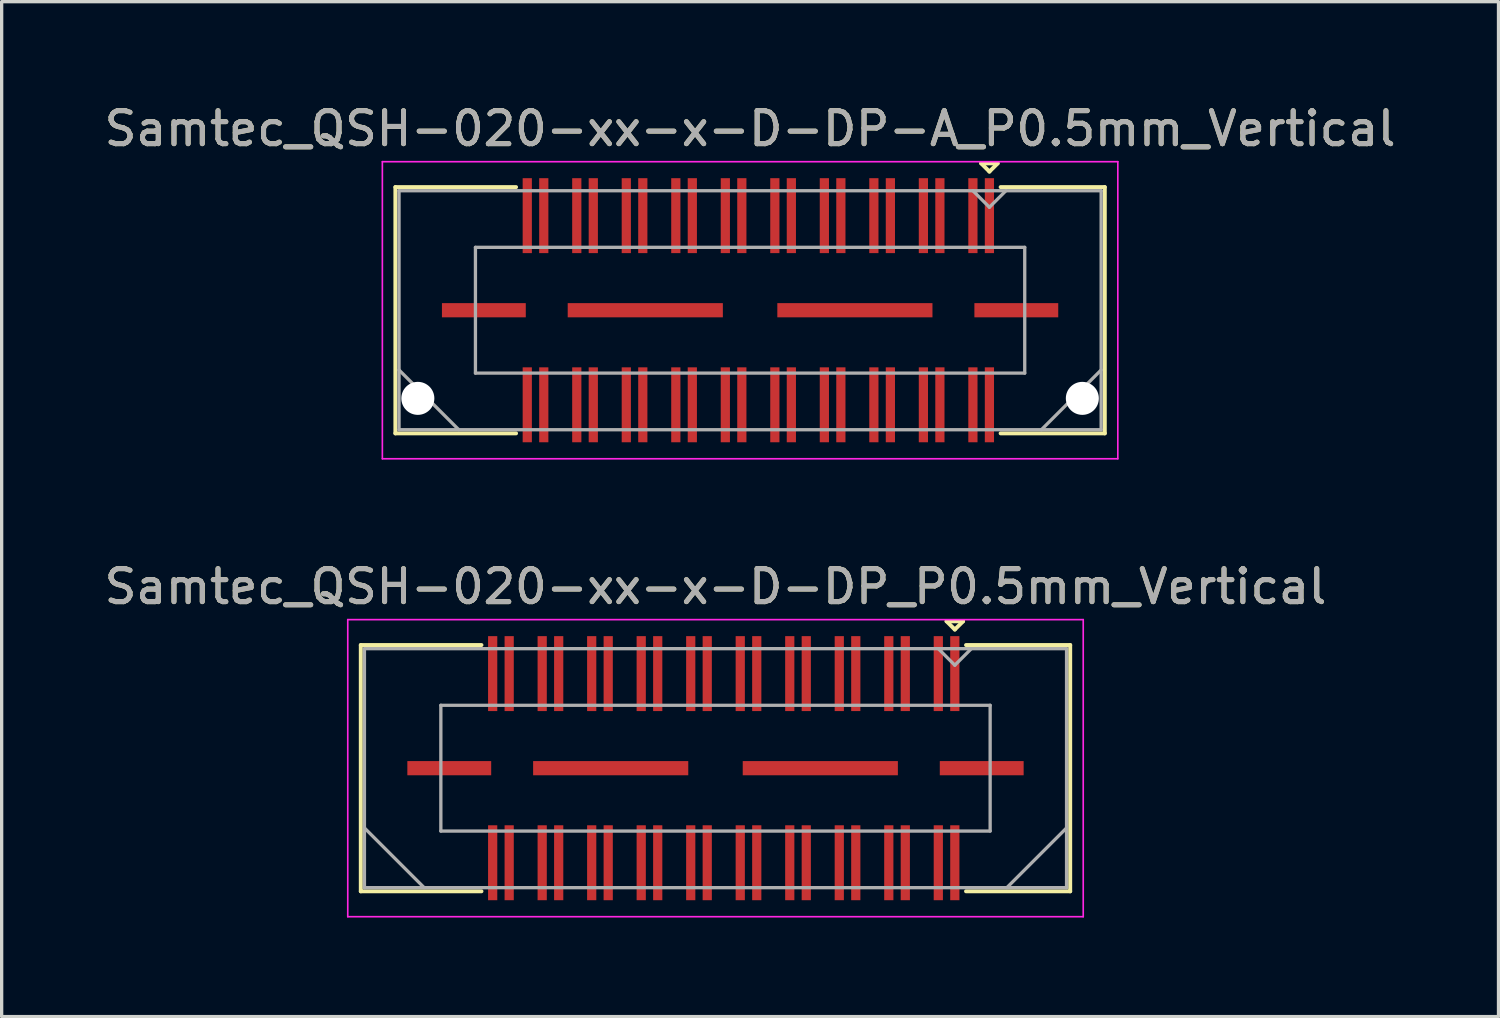
<source format=kicad_pcb>
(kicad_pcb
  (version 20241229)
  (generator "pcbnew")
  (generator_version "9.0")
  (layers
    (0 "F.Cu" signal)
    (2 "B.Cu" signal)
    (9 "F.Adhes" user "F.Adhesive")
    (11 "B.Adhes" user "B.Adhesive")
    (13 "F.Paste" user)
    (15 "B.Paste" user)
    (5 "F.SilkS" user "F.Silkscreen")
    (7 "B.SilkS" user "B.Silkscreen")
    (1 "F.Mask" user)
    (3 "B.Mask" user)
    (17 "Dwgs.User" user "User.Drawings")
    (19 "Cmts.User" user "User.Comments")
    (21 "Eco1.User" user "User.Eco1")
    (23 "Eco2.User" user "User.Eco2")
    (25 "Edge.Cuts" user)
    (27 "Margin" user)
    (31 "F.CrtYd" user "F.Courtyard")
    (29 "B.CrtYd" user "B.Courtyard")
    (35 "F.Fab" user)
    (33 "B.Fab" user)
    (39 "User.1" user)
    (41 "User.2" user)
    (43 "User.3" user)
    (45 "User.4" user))
  (footprint "Samtec_QSH-020-xx-x-D-DP-A_P0.5mm_Vertical"
    (layer "F.Cu")
    (at 19.673 6.348)
    (property "Reference" "Samtec_QSH-020-xx-x-D-DP-A_P0.5mm_Vertical" (at 0 -5.5 0) (layer "F.SilkS") (effects (font (size 1 1) (thickness 0.15))))
    (attr smd)
    (fp_line (start -10.745 -3.73) (end -7.09 -3.73) (stroke (width 0.12) (type solid)) (layer "F.SilkS"))
    (fp_line (start -10.745 3.73) (end -10.745 -3.73) (stroke (width 0.12) (type solid)) (layer "F.SilkS"))
    (fp_line (start -7.09 3.73) (end -10.745 3.73) (stroke (width 0.12) (type solid)) (layer "F.SilkS"))
    (fp_line (start 7 -4.45) (end 7.5 -4.45) (stroke (width 0.12) (type solid)) (layer "F.SilkS"))
    (fp_line (start 7.25 -4.2) (end 7 -4.45) (stroke (width 0.12) (type solid)) (layer "F.SilkS"))
    (fp_line (start 7.5 -4.45) (end 7.25 -4.2) (stroke (width 0.12) (type solid)) (layer "F.SilkS"))
    (fp_line (start 7.59 3.73) (end 10.745 3.73) (stroke (width 0.12) (type solid)) (layer "F.SilkS"))
    (fp_line (start 10.745 -3.73) (end 7.59 -3.73) (stroke (width 0.12) (type solid)) (layer "F.SilkS"))
    (fp_line (start 10.745 3.73) (end 10.745 -3.73) (stroke (width 0.12) (type solid)) (layer "F.SilkS"))
    (fp_line (start -11.14 -4.5) (end -11.14 4.5) (stroke (width 0.05) (type solid)) (layer "F.CrtYd"))
    (fp_line (start -11.14 4.5) (end 11.14 4.5) (stroke (width 0.05) (type solid)) (layer "F.CrtYd"))
    (fp_line (start 11.14 -4.5) (end -11.14 -4.5) (stroke (width 0.05) (type solid)) (layer "F.CrtYd"))
    (fp_line (start 11.14 4.5) (end 11.14 -4.5) (stroke (width 0.05) (type solid)) (layer "F.CrtYd"))
    (fp_line (start -10.635 -3.62) (end -10.635 3.62) (stroke (width 0.1) (type solid)) (layer "F.Fab"))
    (fp_line (start -10.635 1.81) (end -8.825 3.62) (stroke (width 0.1) (type solid)) (layer "F.Fab"))
    (fp_line (start -10.635 3.62) (end 10.635 3.62) (stroke (width 0.1) (type solid)) (layer "F.Fab"))
    (fp_line (start -8.32 -1.905) (end -8.32 1.905) (stroke (width 0.1) (type solid)) (layer "F.Fab"))
    (fp_line (start -8.32 1.905) (end 8.32 1.905) (stroke (width 0.1) (type solid)) (layer "F.Fab"))
    (fp_line (start 7.25 -3.12) (end 6.75 -3.62) (stroke (width 0.1) (type solid)) (layer "F.Fab"))
    (fp_line (start 7.75 -3.62) (end 7.25 -3.12) (stroke (width 0.1) (type solid)) (layer "F.Fab"))
    (fp_line (start 8.32 -1.905) (end -8.32 -1.905) (stroke (width 0.1) (type solid)) (layer "F.Fab"))
    (fp_line (start 8.32 1.905) (end 8.32 -1.905) (stroke (width 0.1) (type solid)) (layer "F.Fab"))
    (fp_line (start 10.635 -3.62) (end -10.635 -3.62) (stroke (width 0.1) (type solid)) (layer "F.Fab"))
    (fp_line (start 10.635 1.81) (end 8.825 3.62) (stroke (width 0.1) (type solid)) (layer "F.Fab"))
    (fp_line (start 10.635 3.62) (end 10.635 -3.62) (stroke (width 0.1) (type solid)) (layer "F.Fab"))
    (fp_text user "${REFERENCE}" (at 0 -5.5 0) (layer "F.Fab") (effects (font (size 1 1) (thickness 0.15))))
    (pad "" np_thru_hole circle (at -10.065 2.67) (size 1 1) (drill 1) (layers "*.Cu" "*.Mask"))
    (pad "" np_thru_hole circle (at 10.065 2.67) (size 1 1) (drill 1) (layers "*.Cu" "*.Mask"))
    (pad "1" smd rect (at 7.25 -2.865) (size 0.279 2.27) (layers "F.Cu" "F.Mask" "F.Paste"))
    (pad "2" smd rect (at 7.25 2.865) (size 0.279 2.27) (layers "F.Cu" "F.Mask" "F.Paste"))
    (pad "3" smd rect (at 6.75 -2.865) (size 0.279 2.27) (layers "F.Cu" "F.Mask" "F.Paste"))
    (pad "4" smd rect (at 6.75 2.865) (size 0.279 2.27) (layers "F.Cu" "F.Mask" "F.Paste"))
    (pad "5" smd rect (at 5.75 -2.865) (size 0.279 2.27) (layers "F.Cu" "F.Mask" "F.Paste"))
    (pad "6" smd rect (at 5.75 2.865) (size 0.279 2.27) (layers "F.Cu" "F.Mask" "F.Paste"))
    (pad "7" smd rect (at 5.25 -2.865) (size 0.279 2.27) (layers "F.Cu" "F.Mask" "F.Paste"))
    (pad "8" smd rect (at 5.25 2.865) (size 0.279 2.27) (layers "F.Cu" "F.Mask" "F.Paste"))
    (pad "9" smd rect (at 4.25 -2.865) (size 0.279 2.27) (layers "F.Cu" "F.Mask" "F.Paste"))
    (pad "10" smd rect (at 4.25 2.865) (size 0.279 2.27) (layers "F.Cu" "F.Mask" "F.Paste"))
    (pad "11" smd rect (at 3.75 -2.865) (size 0.279 2.27) (layers "F.Cu" "F.Mask" "F.Paste"))
    (pad "12" smd rect (at 3.75 2.865) (size 0.279 2.27) (layers "F.Cu" "F.Mask" "F.Paste"))
    (pad "13" smd rect (at 2.75 -2.865) (size 0.279 2.27) (layers "F.Cu" "F.Mask" "F.Paste"))
    (pad "14" smd rect (at 2.75 2.865) (size 0.279 2.27) (layers "F.Cu" "F.Mask" "F.Paste"))
    (pad "15" smd rect (at 2.25 -2.865) (size 0.279 2.27) (layers "F.Cu" "F.Mask" "F.Paste"))
    (pad "16" smd rect (at 2.25 2.865) (size 0.279 2.27) (layers "F.Cu" "F.Mask" "F.Paste"))
    (pad "17" smd rect (at 1.25 -2.865) (size 0.279 2.27) (layers "F.Cu" "F.Mask" "F.Paste"))
    (pad "18" smd rect (at 1.25 2.865) (size 0.279 2.27) (layers "F.Cu" "F.Mask" "F.Paste"))
    (pad "19" smd rect (at 0.75 -2.865) (size 0.279 2.27) (layers "F.Cu" "F.Mask" "F.Paste"))
    (pad "20" smd rect (at 0.75 2.865) (size 0.279 2.27) (layers "F.Cu" "F.Mask" "F.Paste"))
    (pad "21" smd rect (at -0.25 -2.865) (size 0.279 2.27) (layers "F.Cu" "F.Mask" "F.Paste"))
    (pad "22" smd rect (at -0.25 2.865) (size 0.279 2.27) (layers "F.Cu" "F.Mask" "F.Paste"))
    (pad "23" smd rect (at -0.75 -2.865) (size 0.279 2.27) (layers "F.Cu" "F.Mask" "F.Paste"))
    (pad "24" smd rect (at -0.75 2.865) (size 0.279 2.27) (layers "F.Cu" "F.Mask" "F.Paste"))
    (pad "25" smd rect (at -1.75 -2.865) (size 0.279 2.27) (layers "F.Cu" "F.Mask" "F.Paste"))
    (pad "26" smd rect (at -1.75 2.865) (size 0.279 2.27) (layers "F.Cu" "F.Mask" "F.Paste"))
    (pad "27" smd rect (at -2.25 -2.865) (size 0.279 2.27) (layers "F.Cu" "F.Mask" "F.Paste"))
    (pad "28" smd rect (at -2.25 2.865) (size 0.279 2.27) (layers "F.Cu" "F.Mask" "F.Paste"))
    (pad "29" smd rect (at -3.25 -2.865) (size 0.279 2.27) (layers "F.Cu" "F.Mask" "F.Paste"))
    (pad "30" smd rect (at -3.25 2.865) (size 0.279 2.27) (layers "F.Cu" "F.Mask" "F.Paste"))
    (pad "31" smd rect (at -3.75 -2.865) (size 0.279 2.27) (layers "F.Cu" "F.Mask" "F.Paste"))
    (pad "32" smd rect (at -3.75 2.865) (size 0.279 2.27) (layers "F.Cu" "F.Mask" "F.Paste"))
    (pad "33" smd rect (at -4.75 -2.865) (size 0.279 2.27) (layers "F.Cu" "F.Mask" "F.Paste"))
    (pad "34" smd rect (at -4.75 2.865) (size 0.279 2.27) (layers "F.Cu" "F.Mask" "F.Paste"))
    (pad "35" smd rect (at -5.25 -2.865) (size 0.279 2.27) (layers "F.Cu" "F.Mask" "F.Paste"))
    (pad "36" smd rect (at -5.25 2.865) (size 0.279 2.27) (layers "F.Cu" "F.Mask" "F.Paste"))
    (pad "37" smd rect (at -6.25 -2.865) (size 0.279 2.27) (layers "F.Cu" "F.Mask" "F.Paste"))
    (pad "38" smd rect (at -6.25 2.865) (size 0.279 2.27) (layers "F.Cu" "F.Mask" "F.Paste"))
    (pad "39" smd rect (at -6.75 -2.865) (size 0.279 2.27) (layers "F.Cu" "F.Mask" "F.Paste"))
    (pad "40" smd rect (at -6.75 2.865) (size 0.279 2.27) (layers "F.Cu" "F.Mask" "F.Paste"))
    (pad "P1" smd rect (at -8.065 0) (size 2.54 0.43) (layers "F.Cu" "F.Mask" "F.Paste"))
    (pad "P1" smd rect (at -3.175 0) (size 4.7 0.43) (layers "F.Cu" "F.Mask" "F.Paste"))
    (pad "P1" smd rect (at 3.175 0) (size 4.7 0.43) (layers "F.Cu" "F.Mask" "F.Paste"))
    (pad "P1" smd rect (at 8.065 0) (size 2.54 0.43) (layers "F.Cu" "F.Mask" "F.Paste")))
  (footprint "Samtec_QSH-020-xx-x-D-DP_P0.5mm_Vertical"
    (layer "F.Cu")
    (at 18.625 20.221)
    (property "Reference" "Samtec_QSH-020-xx-x-D-DP_P0.5mm_Vertical" (at 0 -5.5 0) (layer "F.SilkS") (effects (font (size 1 1) (thickness 0.15))))
    (attr smd)
    (fp_line (start -10.745 -3.73) (end -7.09 -3.73) (stroke (width 0.12) (type solid)) (layer "F.SilkS"))
    (fp_line (start -10.745 3.73) (end -10.745 -3.73) (stroke (width 0.12) (type solid)) (layer "F.SilkS"))
    (fp_line (start -7.09 3.73) (end -10.745 3.73) (stroke (width 0.12) (type solid)) (layer "F.SilkS"))
    (fp_line (start 7 -4.45) (end 7.5 -4.45) (stroke (width 0.12) (type solid)) (layer "F.SilkS"))
    (fp_line (start 7.25 -4.2) (end 7 -4.45) (stroke (width 0.12) (type solid)) (layer "F.SilkS"))
    (fp_line (start 7.5 -4.45) (end 7.25 -4.2) (stroke (width 0.12) (type solid)) (layer "F.SilkS"))
    (fp_line (start 7.59 3.73) (end 10.745 3.73) (stroke (width 0.12) (type solid)) (layer "F.SilkS"))
    (fp_line (start 10.745 -3.73) (end 7.59 -3.73) (stroke (width 0.12) (type solid)) (layer "F.SilkS"))
    (fp_line (start 10.745 3.73) (end 10.745 -3.73) (stroke (width 0.12) (type solid)) (layer "F.SilkS"))
    (fp_line (start -11.14 -4.5) (end -11.14 4.5) (stroke (width 0.05) (type solid)) (layer "F.CrtYd"))
    (fp_line (start -11.14 4.5) (end 11.14 4.5) (stroke (width 0.05) (type solid)) (layer "F.CrtYd"))
    (fp_line (start 11.14 -4.5) (end -11.14 -4.5) (stroke (width 0.05) (type solid)) (layer "F.CrtYd"))
    (fp_line (start 11.14 4.5) (end 11.14 -4.5) (stroke (width 0.05) (type solid)) (layer "F.CrtYd"))
    (fp_line (start -10.635 -3.62) (end -10.635 3.62) (stroke (width 0.1) (type solid)) (layer "F.Fab"))
    (fp_line (start -10.635 1.81) (end -8.825 3.62) (stroke (width 0.1) (type solid)) (layer "F.Fab"))
    (fp_line (start -10.635 3.62) (end 10.635 3.62) (stroke (width 0.1) (type solid)) (layer "F.Fab"))
    (fp_line (start -8.32 -1.905) (end -8.32 1.905) (stroke (width 0.1) (type solid)) (layer "F.Fab"))
    (fp_line (start -8.32 1.905) (end 8.32 1.905) (stroke (width 0.1) (type solid)) (layer "F.Fab"))
    (fp_line (start 7.25 -3.12) (end 6.75 -3.62) (stroke (width 0.1) (type solid)) (layer "F.Fab"))
    (fp_line (start 7.75 -3.62) (end 7.25 -3.12) (stroke (width 0.1) (type solid)) (layer "F.Fab"))
    (fp_line (start 8.32 -1.905) (end -8.32 -1.905) (stroke (width 0.1) (type solid)) (layer "F.Fab"))
    (fp_line (start 8.32 1.905) (end 8.32 -1.905) (stroke (width 0.1) (type solid)) (layer "F.Fab"))
    (fp_line (start 10.635 -3.62) (end -10.635 -3.62) (stroke (width 0.1) (type solid)) (layer "F.Fab"))
    (fp_line (start 10.635 1.81) (end 8.825 3.62) (stroke (width 0.1) (type solid)) (layer "F.Fab"))
    (fp_line (start 10.635 3.62) (end 10.635 -3.62) (stroke (width 0.1) (type solid)) (layer "F.Fab"))
    (fp_text user "${REFERENCE}" (at 0 -5.5 0) (layer "F.Fab") (effects (font (size 1 1) (thickness 0.15))))
    (pad "1" smd rect (at 7.25 -2.865) (size 0.279 2.27) (layers "F.Cu" "F.Mask" "F.Paste"))
    (pad "2" smd rect (at 7.25 2.865) (size 0.279 2.27) (layers "F.Cu" "F.Mask" "F.Paste"))
    (pad "3" smd rect (at 6.75 -2.865) (size 0.279 2.27) (layers "F.Cu" "F.Mask" "F.Paste"))
    (pad "4" smd rect (at 6.75 2.865) (size 0.279 2.27) (layers "F.Cu" "F.Mask" "F.Paste"))
    (pad "5" smd rect (at 5.75 -2.865) (size 0.279 2.27) (layers "F.Cu" "F.Mask" "F.Paste"))
    (pad "6" smd rect (at 5.75 2.865) (size 0.279 2.27) (layers "F.Cu" "F.Mask" "F.Paste"))
    (pad "7" smd rect (at 5.25 -2.865) (size 0.279 2.27) (layers "F.Cu" "F.Mask" "F.Paste"))
    (pad "8" smd rect (at 5.25 2.865) (size 0.279 2.27) (layers "F.Cu" "F.Mask" "F.Paste"))
    (pad "9" smd rect (at 4.25 -2.865) (size 0.279 2.27) (layers "F.Cu" "F.Mask" "F.Paste"))
    (pad "10" smd rect (at 4.25 2.865) (size 0.279 2.27) (layers "F.Cu" "F.Mask" "F.Paste"))
    (pad "11" smd rect (at 3.75 -2.865) (size 0.279 2.27) (layers "F.Cu" "F.Mask" "F.Paste"))
    (pad "12" smd rect (at 3.75 2.865) (size 0.279 2.27) (layers "F.Cu" "F.Mask" "F.Paste"))
    (pad "13" smd rect (at 2.75 -2.865) (size 0.279 2.27) (layers "F.Cu" "F.Mask" "F.Paste"))
    (pad "14" smd rect (at 2.75 2.865) (size 0.279 2.27) (layers "F.Cu" "F.Mask" "F.Paste"))
    (pad "15" smd rect (at 2.25 -2.865) (size 0.279 2.27) (layers "F.Cu" "F.Mask" "F.Paste"))
    (pad "16" smd rect (at 2.25 2.865) (size 0.279 2.27) (layers "F.Cu" "F.Mask" "F.Paste"))
    (pad "17" smd rect (at 1.25 -2.865) (size 0.279 2.27) (layers "F.Cu" "F.Mask" "F.Paste"))
    (pad "18" smd rect (at 1.25 2.865) (size 0.279 2.27) (layers "F.Cu" "F.Mask" "F.Paste"))
    (pad "19" smd rect (at 0.75 -2.865) (size 0.279 2.27) (layers "F.Cu" "F.Mask" "F.Paste"))
    (pad "20" smd rect (at 0.75 2.865) (size 0.279 2.27) (layers "F.Cu" "F.Mask" "F.Paste"))
    (pad "21" smd rect (at -0.25 -2.865) (size 0.279 2.27) (layers "F.Cu" "F.Mask" "F.Paste"))
    (pad "22" smd rect (at -0.25 2.865) (size 0.279 2.27) (layers "F.Cu" "F.Mask" "F.Paste"))
    (pad "23" smd rect (at -0.75 -2.865) (size 0.279 2.27) (layers "F.Cu" "F.Mask" "F.Paste"))
    (pad "24" smd rect (at -0.75 2.865) (size 0.279 2.27) (layers "F.Cu" "F.Mask" "F.Paste"))
    (pad "25" smd rect (at -1.75 -2.865) (size 0.279 2.27) (layers "F.Cu" "F.Mask" "F.Paste"))
    (pad "26" smd rect (at -1.75 2.865) (size 0.279 2.27) (layers "F.Cu" "F.Mask" "F.Paste"))
    (pad "27" smd rect (at -2.25 -2.865) (size 0.279 2.27) (layers "F.Cu" "F.Mask" "F.Paste"))
    (pad "28" smd rect (at -2.25 2.865) (size 0.279 2.27) (layers "F.Cu" "F.Mask" "F.Paste"))
    (pad "29" smd rect (at -3.25 -2.865) (size 0.279 2.27) (layers "F.Cu" "F.Mask" "F.Paste"))
    (pad "30" smd rect (at -3.25 2.865) (size 0.279 2.27) (layers "F.Cu" "F.Mask" "F.Paste"))
    (pad "31" smd rect (at -3.75 -2.865) (size 0.279 2.27) (layers "F.Cu" "F.Mask" "F.Paste"))
    (pad "32" smd rect (at -3.75 2.865) (size 0.279 2.27) (layers "F.Cu" "F.Mask" "F.Paste"))
    (pad "33" smd rect (at -4.75 -2.865) (size 0.279 2.27) (layers "F.Cu" "F.Mask" "F.Paste"))
    (pad "34" smd rect (at -4.75 2.865) (size 0.279 2.27) (layers "F.Cu" "F.Mask" "F.Paste"))
    (pad "35" smd rect (at -5.25 -2.865) (size 0.279 2.27) (layers "F.Cu" "F.Mask" "F.Paste"))
    (pad "36" smd rect (at -5.25 2.865) (size 0.279 2.27) (layers "F.Cu" "F.Mask" "F.Paste"))
    (pad "37" smd rect (at -6.25 -2.865) (size 0.279 2.27) (layers "F.Cu" "F.Mask" "F.Paste"))
    (pad "38" smd rect (at -6.25 2.865) (size 0.279 2.27) (layers "F.Cu" "F.Mask" "F.Paste"))
    (pad "39" smd rect (at -6.75 -2.865) (size 0.279 2.27) (layers "F.Cu" "F.Mask" "F.Paste"))
    (pad "40" smd rect (at -6.75 2.865) (size 0.279 2.27) (layers "F.Cu" "F.Mask" "F.Paste"))
    (pad "P1" smd rect (at -8.065 0) (size 2.54 0.43) (layers "F.Cu" "F.Mask" "F.Paste"))
    (pad "P1" smd rect (at -3.175 0) (size 4.7 0.43) (layers "F.Cu" "F.Mask" "F.Paste"))
    (pad "P1" smd rect (at 3.175 0) (size 4.7 0.43) (layers "F.Cu" "F.Mask" "F.Paste"))
    (pad "P1" smd rect (at 8.065 0) (size 2.54 0.43) (layers "F.Cu" "F.Mask" "F.Paste")))
  (gr_rect
    (start -3 -3)
    (end 42.345 27.747)
    (stroke (width 0.1) (type default))
    (fill no)
    (layer "Edge.Cuts")))
</source>
